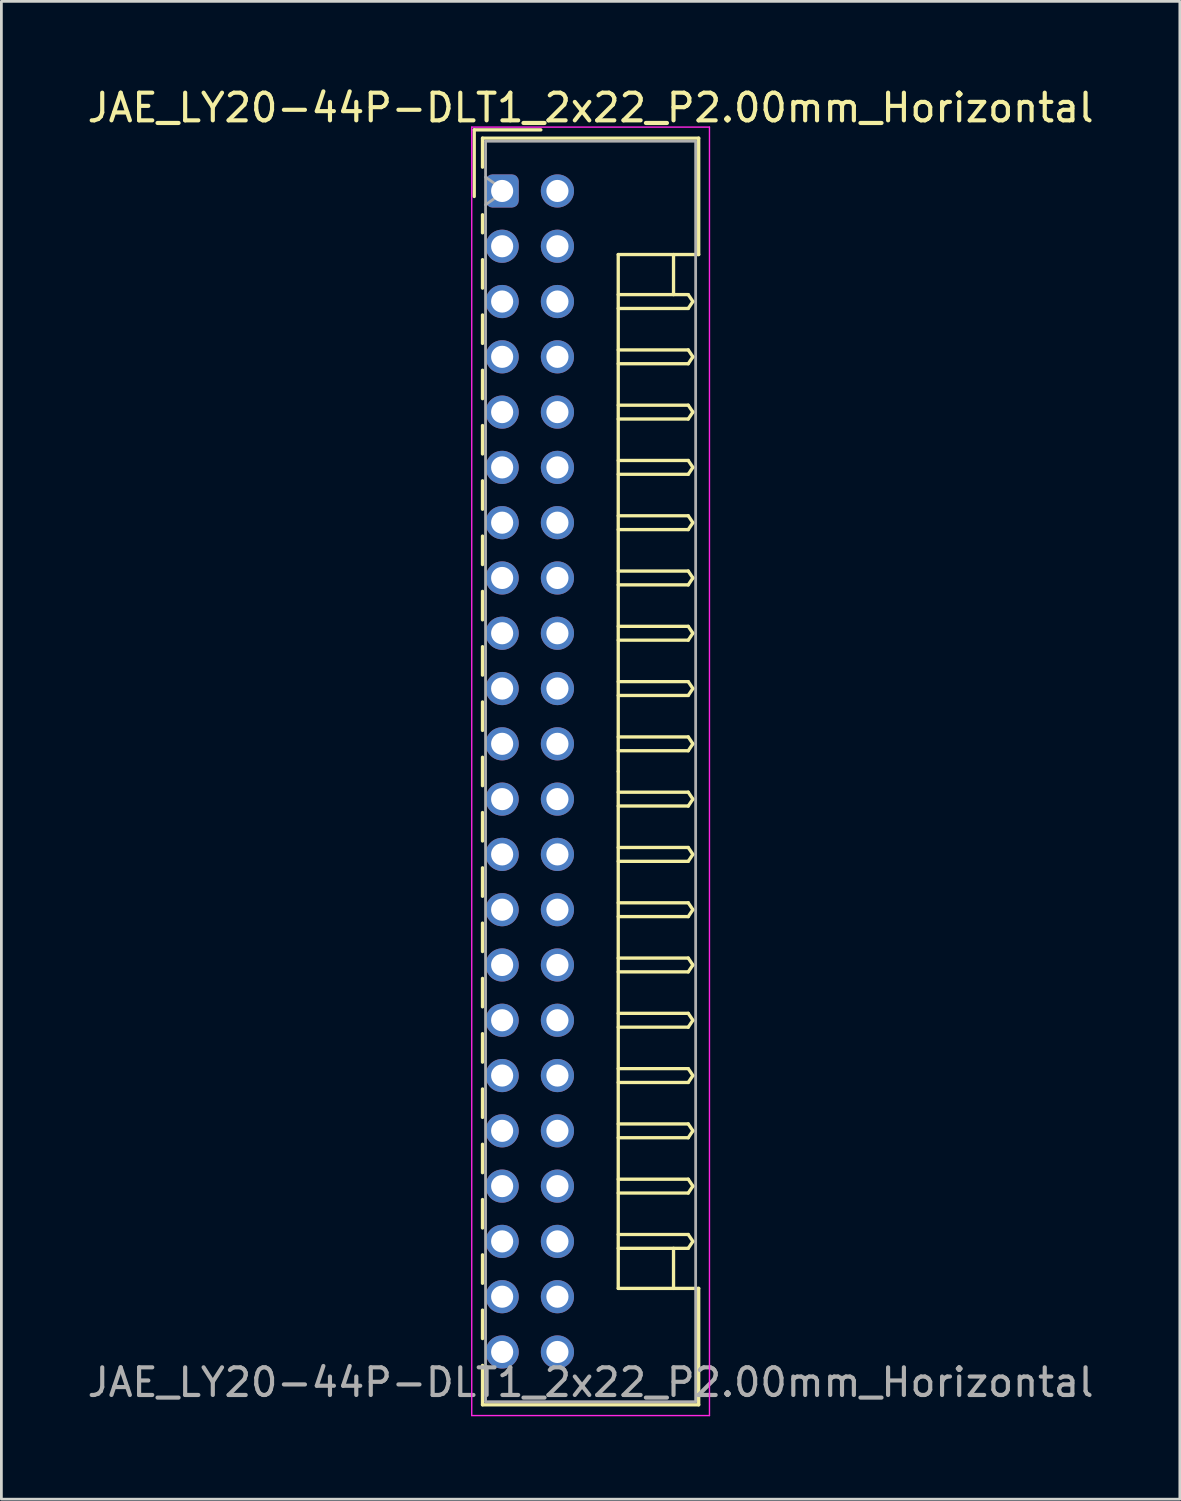
<source format=kicad_pcb>
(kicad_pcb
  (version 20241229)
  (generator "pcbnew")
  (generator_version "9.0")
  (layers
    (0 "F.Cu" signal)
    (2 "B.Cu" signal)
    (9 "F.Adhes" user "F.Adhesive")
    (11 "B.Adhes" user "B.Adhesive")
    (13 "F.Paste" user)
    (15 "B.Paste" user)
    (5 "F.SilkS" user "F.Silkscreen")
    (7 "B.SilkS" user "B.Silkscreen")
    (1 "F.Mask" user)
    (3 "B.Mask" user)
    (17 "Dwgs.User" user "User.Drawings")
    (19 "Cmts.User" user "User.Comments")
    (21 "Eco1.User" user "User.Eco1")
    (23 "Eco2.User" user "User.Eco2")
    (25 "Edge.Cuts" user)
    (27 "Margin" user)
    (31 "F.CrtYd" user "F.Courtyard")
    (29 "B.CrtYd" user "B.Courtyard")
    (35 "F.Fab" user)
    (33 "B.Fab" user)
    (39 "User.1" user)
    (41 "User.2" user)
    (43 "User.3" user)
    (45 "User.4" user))
  (footprint "JAE_LY20-44P-DLT1_2x22_P2.00mm_Horizontal"
    (layer "F.Cu")
    (at 15.115 3.858)
    (property "Reference" "JAE_LY20-44P-DLT1_2x22_P2.00mm_Horizontal" (at 3.2 -3.01 0) (layer "F.SilkS") (effects (font (size 1 1) (thickness 0.15))))
    (attr through_hole)
    (fp_line (start -1.01 -2.21) (end -1.01 0.2) (stroke (width 0.12) (type solid)) (layer "F.SilkS"))
    (fp_line (start -0.71 -1.91) (end -0.71 -0.86) (stroke (width 0.12) (type solid)) (layer "F.SilkS"))
    (fp_line (start -0.71 -1.91) (end 7.11 -1.91) (stroke (width 0.12) (type solid)) (layer "F.SilkS"))
    (fp_line (start -0.71 0.86) (end -0.71 1.515) (stroke (width 0.12) (type solid)) (layer "F.SilkS"))
    (fp_line (start -0.71 2.485) (end -0.71 3.515) (stroke (width 0.12) (type solid)) (layer "F.SilkS"))
    (fp_line (start -0.71 4.485) (end -0.71 5.515) (stroke (width 0.12) (type solid)) (layer "F.SilkS"))
    (fp_line (start -0.71 6.485) (end -0.71 7.515) (stroke (width 0.12) (type solid)) (layer "F.SilkS"))
    (fp_line (start -0.71 8.485) (end -0.71 9.515) (stroke (width 0.12) (type solid)) (layer "F.SilkS"))
    (fp_line (start -0.71 10.485) (end -0.71 11.515) (stroke (width 0.12) (type solid)) (layer "F.SilkS"))
    (fp_line (start -0.71 12.485) (end -0.71 13.515) (stroke (width 0.12) (type solid)) (layer "F.SilkS"))
    (fp_line (start -0.71 14.485) (end -0.71 15.515) (stroke (width 0.12) (type solid)) (layer "F.SilkS"))
    (fp_line (start -0.71 16.485) (end -0.71 17.515) (stroke (width 0.12) (type solid)) (layer "F.SilkS"))
    (fp_line (start -0.71 18.485) (end -0.71 19.515) (stroke (width 0.12) (type solid)) (layer "F.SilkS"))
    (fp_line (start -0.71 20.485) (end -0.71 21.515) (stroke (width 0.12) (type solid)) (layer "F.SilkS"))
    (fp_line (start -0.71 22.485) (end -0.71 23.515) (stroke (width 0.12) (type solid)) (layer "F.SilkS"))
    (fp_line (start -0.71 24.485) (end -0.71 25.515) (stroke (width 0.12) (type solid)) (layer "F.SilkS"))
    (fp_line (start -0.71 26.485) (end -0.71 27.515) (stroke (width 0.12) (type solid)) (layer "F.SilkS"))
    (fp_line (start -0.71 28.485) (end -0.71 29.515) (stroke (width 0.12) (type solid)) (layer "F.SilkS"))
    (fp_line (start -0.71 30.485) (end -0.71 31.515) (stroke (width 0.12) (type solid)) (layer "F.SilkS"))
    (fp_line (start -0.71 32.485) (end -0.71 33.515) (stroke (width 0.12) (type solid)) (layer "F.SilkS"))
    (fp_line (start -0.71 34.485) (end -0.71 35.515) (stroke (width 0.12) (type solid)) (layer "F.SilkS"))
    (fp_line (start -0.71 36.485) (end -0.71 37.515) (stroke (width 0.12) (type solid)) (layer "F.SilkS"))
    (fp_line (start -0.71 38.485) (end -0.71 39.515) (stroke (width 0.12) (type solid)) (layer "F.SilkS"))
    (fp_line (start -0.71 40.485) (end -0.71 41.515) (stroke (width 0.12) (type solid)) (layer "F.SilkS"))
    (fp_line (start -0.71 42.485) (end -0.71 43.91) (stroke (width 0.12) (type solid)) (layer "F.SilkS"))
    (fp_line (start -0.71 43.91) (end 7.11 43.91) (stroke (width 0.12) (type solid)) (layer "F.SilkS"))
    (fp_line (start 1.4 -2.21) (end -1.01 -2.21) (stroke (width 0.12) (type solid)) (layer "F.SilkS"))
    (fp_line (start 4.2 2.3) (end 4.2 21) (stroke (width 0.12) (type solid)) (layer "F.SilkS"))
    (fp_line (start 4.2 3.75) (end 6.733 3.75) (stroke (width 0.12) (type solid)) (layer "F.SilkS"))
    (fp_line (start 4.2 5.75) (end 6.733 5.75) (stroke (width 0.12) (type solid)) (layer "F.SilkS"))
    (fp_line (start 4.2 7.75) (end 6.733 7.75) (stroke (width 0.12) (type solid)) (layer "F.SilkS"))
    (fp_line (start 4.2 9.75) (end 6.733 9.75) (stroke (width 0.12) (type solid)) (layer "F.SilkS"))
    (fp_line (start 4.2 11.75) (end 6.733 11.75) (stroke (width 0.12) (type solid)) (layer "F.SilkS"))
    (fp_line (start 4.2 13.75) (end 6.733 13.75) (stroke (width 0.12) (type solid)) (layer "F.SilkS"))
    (fp_line (start 4.2 15.75) (end 6.733 15.75) (stroke (width 0.12) (type solid)) (layer "F.SilkS"))
    (fp_line (start 4.2 17.75) (end 6.733 17.75) (stroke (width 0.12) (type solid)) (layer "F.SilkS"))
    (fp_line (start 4.2 19.75) (end 6.733 19.75) (stroke (width 0.12) (type solid)) (layer "F.SilkS"))
    (fp_line (start 4.2 21.75) (end 6.733 21.75) (stroke (width 0.12) (type solid)) (layer "F.SilkS"))
    (fp_line (start 4.2 23.75) (end 6.733 23.75) (stroke (width 0.12) (type solid)) (layer "F.SilkS"))
    (fp_line (start 4.2 25.75) (end 6.733 25.75) (stroke (width 0.12) (type solid)) (layer "F.SilkS"))
    (fp_line (start 4.2 27.75) (end 6.733 27.75) (stroke (width 0.12) (type solid)) (layer "F.SilkS"))
    (fp_line (start 4.2 29.75) (end 6.733 29.75) (stroke (width 0.12) (type solid)) (layer "F.SilkS"))
    (fp_line (start 4.2 31.75) (end 6.733 31.75) (stroke (width 0.12) (type solid)) (layer "F.SilkS"))
    (fp_line (start 4.2 33.75) (end 6.733 33.75) (stroke (width 0.12) (type solid)) (layer "F.SilkS"))
    (fp_line (start 4.2 35.75) (end 6.733 35.75) (stroke (width 0.12) (type solid)) (layer "F.SilkS"))
    (fp_line (start 4.2 37.75) (end 6.733 37.75) (stroke (width 0.12) (type solid)) (layer "F.SilkS"))
    (fp_line (start 4.2 39.7) (end 4.2 21) (stroke (width 0.12) (type solid)) (layer "F.SilkS"))
    (fp_line (start 6.2 2.3) (end 6.2 3.75) (stroke (width 0.12) (type solid)) (layer "F.SilkS"))
    (fp_line (start 6.2 39.7) (end 6.2 38.25) (stroke (width 0.12) (type solid)) (layer "F.SilkS"))
    (fp_line (start 6.733 3.75) (end 6.9 4) (stroke (width 0.12) (type solid)) (layer "F.SilkS"))
    (fp_line (start 6.733 4.25) (end 4.2 4.25) (stroke (width 0.12) (type solid)) (layer "F.SilkS"))
    (fp_line (start 6.733 5.75) (end 6.9 6) (stroke (width 0.12) (type solid)) (layer "F.SilkS"))
    (fp_line (start 6.733 6.25) (end 4.2 6.25) (stroke (width 0.12) (type solid)) (layer "F.SilkS"))
    (fp_line (start 6.733 7.75) (end 6.9 8) (stroke (width 0.12) (type solid)) (layer "F.SilkS"))
    (fp_line (start 6.733 8.25) (end 4.2 8.25) (stroke (width 0.12) (type solid)) (layer "F.SilkS"))
    (fp_line (start 6.733 9.75) (end 6.9 10) (stroke (width 0.12) (type solid)) (layer "F.SilkS"))
    (fp_line (start 6.733 10.25) (end 4.2 10.25) (stroke (width 0.12) (type solid)) (layer "F.SilkS"))
    (fp_line (start 6.733 11.75) (end 6.9 12) (stroke (width 0.12) (type solid)) (layer "F.SilkS"))
    (fp_line (start 6.733 12.25) (end 4.2 12.25) (stroke (width 0.12) (type solid)) (layer "F.SilkS"))
    (fp_line (start 6.733 13.75) (end 6.9 14) (stroke (width 0.12) (type solid)) (layer "F.SilkS"))
    (fp_line (start 6.733 14.25) (end 4.2 14.25) (stroke (width 0.12) (type solid)) (layer "F.SilkS"))
    (fp_line (start 6.733 15.75) (end 6.9 16) (stroke (width 0.12) (type solid)) (layer "F.SilkS"))
    (fp_line (start 6.733 16.25) (end 4.2 16.25) (stroke (width 0.12) (type solid)) (layer "F.SilkS"))
    (fp_line (start 6.733 17.75) (end 6.9 18) (stroke (width 0.12) (type solid)) (layer "F.SilkS"))
    (fp_line (start 6.733 18.25) (end 4.2 18.25) (stroke (width 0.12) (type solid)) (layer "F.SilkS"))
    (fp_line (start 6.733 19.75) (end 6.9 20) (stroke (width 0.12) (type solid)) (layer "F.SilkS"))
    (fp_line (start 6.733 20.25) (end 4.2 20.25) (stroke (width 0.12) (type solid)) (layer "F.SilkS"))
    (fp_line (start 6.733 21.75) (end 6.9 22) (stroke (width 0.12) (type solid)) (layer "F.SilkS"))
    (fp_line (start 6.733 22.25) (end 4.2 22.25) (stroke (width 0.12) (type solid)) (layer "F.SilkS"))
    (fp_line (start 6.733 23.75) (end 6.9 24) (stroke (width 0.12) (type solid)) (layer "F.SilkS"))
    (fp_line (start 6.733 24.25) (end 4.2 24.25) (stroke (width 0.12) (type solid)) (layer "F.SilkS"))
    (fp_line (start 6.733 25.75) (end 6.9 26) (stroke (width 0.12) (type solid)) (layer "F.SilkS"))
    (fp_line (start 6.733 26.25) (end 4.2 26.25) (stroke (width 0.12) (type solid)) (layer "F.SilkS"))
    (fp_line (start 6.733 27.75) (end 6.9 28) (stroke (width 0.12) (type solid)) (layer "F.SilkS"))
    (fp_line (start 6.733 28.25) (end 4.2 28.25) (stroke (width 0.12) (type solid)) (layer "F.SilkS"))
    (fp_line (start 6.733 29.75) (end 6.9 30) (stroke (width 0.12) (type solid)) (layer "F.SilkS"))
    (fp_line (start 6.733 30.25) (end 4.2 30.25) (stroke (width 0.12) (type solid)) (layer "F.SilkS"))
    (fp_line (start 6.733 31.75) (end 6.9 32) (stroke (width 0.12) (type solid)) (layer "F.SilkS"))
    (fp_line (start 6.733 32.25) (end 4.2 32.25) (stroke (width 0.12) (type solid)) (layer "F.SilkS"))
    (fp_line (start 6.733 33.75) (end 6.9 34) (stroke (width 0.12) (type solid)) (layer "F.SilkS"))
    (fp_line (start 6.733 34.25) (end 4.2 34.25) (stroke (width 0.12) (type solid)) (layer "F.SilkS"))
    (fp_line (start 6.733 35.75) (end 6.9 36) (stroke (width 0.12) (type solid)) (layer "F.SilkS"))
    (fp_line (start 6.733 36.25) (end 4.2 36.25) (stroke (width 0.12) (type solid)) (layer "F.SilkS"))
    (fp_line (start 6.733 37.75) (end 6.9 38) (stroke (width 0.12) (type solid)) (layer "F.SilkS"))
    (fp_line (start 6.733 38.25) (end 4.2 38.25) (stroke (width 0.12) (type solid)) (layer "F.SilkS"))
    (fp_line (start 6.9 4) (end 6.733 4.25) (stroke (width 0.12) (type solid)) (layer "F.SilkS"))
    (fp_line (start 6.9 6) (end 6.733 6.25) (stroke (width 0.12) (type solid)) (layer "F.SilkS"))
    (fp_line (start 6.9 8) (end 6.733 8.25) (stroke (width 0.12) (type solid)) (layer "F.SilkS"))
    (fp_line (start 6.9 10) (end 6.733 10.25) (stroke (width 0.12) (type solid)) (layer "F.SilkS"))
    (fp_line (start 6.9 12) (end 6.733 12.25) (stroke (width 0.12) (type solid)) (layer "F.SilkS"))
    (fp_line (start 6.9 14) (end 6.733 14.25) (stroke (width 0.12) (type solid)) (layer "F.SilkS"))
    (fp_line (start 6.9 16) (end 6.733 16.25) (stroke (width 0.12) (type solid)) (layer "F.SilkS"))
    (fp_line (start 6.9 18) (end 6.733 18.25) (stroke (width 0.12) (type solid)) (layer "F.SilkS"))
    (fp_line (start 6.9 20) (end 6.733 20.25) (stroke (width 0.12) (type solid)) (layer "F.SilkS"))
    (fp_line (start 6.9 22) (end 6.733 22.25) (stroke (width 0.12) (type solid)) (layer "F.SilkS"))
    (fp_line (start 6.9 24) (end 6.733 24.25) (stroke (width 0.12) (type solid)) (layer "F.SilkS"))
    (fp_line (start 6.9 26) (end 6.733 26.25) (stroke (width 0.12) (type solid)) (layer "F.SilkS"))
    (fp_line (start 6.9 28) (end 6.733 28.25) (stroke (width 0.12) (type solid)) (layer "F.SilkS"))
    (fp_line (start 6.9 30) (end 6.733 30.25) (stroke (width 0.12) (type solid)) (layer "F.SilkS"))
    (fp_line (start 6.9 32) (end 6.733 32.25) (stroke (width 0.12) (type solid)) (layer "F.SilkS"))
    (fp_line (start 6.9 34) (end 6.733 34.25) (stroke (width 0.12) (type solid)) (layer "F.SilkS"))
    (fp_line (start 6.9 36) (end 6.733 36.25) (stroke (width 0.12) (type solid)) (layer "F.SilkS"))
    (fp_line (start 6.9 38) (end 6.733 38.25) (stroke (width 0.12) (type solid)) (layer "F.SilkS"))
    (fp_line (start 7.11 -1.91) (end 7.11 2.3) (stroke (width 0.12) (type solid)) (layer "F.SilkS"))
    (fp_line (start 7.11 2.3) (end 4.2 2.3) (stroke (width 0.12) (type solid)) (layer "F.SilkS"))
    (fp_line (start 7.11 39.7) (end 4.2 39.7) (stroke (width 0.12) (type solid)) (layer "F.SilkS"))
    (fp_line (start 7.11 43.91) (end 7.11 39.7) (stroke (width 0.12) (type solid)) (layer "F.SilkS"))
    (fp_line (start -1.1 -2.31) (end -1.1 44.3) (stroke (width 0.05) (type solid)) (layer "F.CrtYd"))
    (fp_line (start -1.1 44.3) (end 7.5 44.3) (stroke (width 0.05) (type solid)) (layer "F.CrtYd"))
    (fp_line (start 7.5 -2.31) (end -1.1 -2.31) (stroke (width 0.05) (type solid)) (layer "F.CrtYd"))
    (fp_line (start 7.5 44.3) (end 7.5 -2.31) (stroke (width 0.05) (type solid)) (layer "F.CrtYd"))
    (fp_line (start -0.6 -1.8) (end -0.6 43.8) (stroke (width 0.1) (type solid)) (layer "F.Fab"))
    (fp_line (start -0.6 0.5) (end 0.107 0) (stroke (width 0.1) (type solid)) (layer "F.Fab"))
    (fp_line (start -0.6 43.8) (end 7 43.8) (stroke (width 0.1) (type solid)) (layer "F.Fab"))
    (fp_line (start 0.107 0) (end -0.6 -0.5) (stroke (width 0.1) (type solid)) (layer "F.Fab"))
    (fp_line (start 7 -1.8) (end -0.6 -1.8) (stroke (width 0.1) (type solid)) (layer "F.Fab"))
    (fp_line (start 7 43.8) (end 7 -1.8) (stroke (width 0.1) (type solid)) (layer "F.Fab"))
    (fp_text user "${REFERENCE}" (at 3.2 43.1 0) (layer "F.Fab") (effects (font (size 1 1) (thickness 0.15))))
    (pad "a1" thru_hole roundrect (at 0 0) (size 1.2 1.2) (drill 0.8) (layers "*.Cu" "*.Mask") (roundrect_rratio 0.208))
    (pad "a2" thru_hole circle (at 0 2) (size 1.2 1.2) (drill 0.8) (layers "*.Cu" "*.Mask"))
    (pad "a3" thru_hole circle (at 0 4) (size 1.2 1.2) (drill 0.8) (layers "*.Cu" "*.Mask"))
    (pad "a4" thru_hole circle (at 0 6) (size 1.2 1.2) (drill 0.8) (layers "*.Cu" "*.Mask"))
    (pad "a5" thru_hole circle (at 0 8) (size 1.2 1.2) (drill 0.8) (layers "*.Cu" "*.Mask"))
    (pad "a6" thru_hole circle (at 0 10) (size 1.2 1.2) (drill 0.8) (layers "*.Cu" "*.Mask"))
    (pad "a7" thru_hole circle (at 0 12) (size 1.2 1.2) (drill 0.8) (layers "*.Cu" "*.Mask"))
    (pad "a8" thru_hole circle (at 0 14) (size 1.2 1.2) (drill 0.8) (layers "*.Cu" "*.Mask"))
    (pad "a9" thru_hole circle (at 0 16) (size 1.2 1.2) (drill 0.8) (layers "*.Cu" "*.Mask"))
    (pad "a10" thru_hole circle (at 0 18) (size 1.2 1.2) (drill 0.8) (layers "*.Cu" "*.Mask"))
    (pad "a11" thru_hole circle (at 0 20) (size 1.2 1.2) (drill 0.8) (layers "*.Cu" "*.Mask"))
    (pad "a12" thru_hole circle (at 0 22) (size 1.2 1.2) (drill 0.8) (layers "*.Cu" "*.Mask"))
    (pad "a13" thru_hole circle (at 0 24) (size 1.2 1.2) (drill 0.8) (layers "*.Cu" "*.Mask"))
    (pad "a14" thru_hole circle (at 0 26) (size 1.2 1.2) (drill 0.8) (layers "*.Cu" "*.Mask"))
    (pad "a15" thru_hole circle (at 0 28) (size 1.2 1.2) (drill 0.8) (layers "*.Cu" "*.Mask"))
    (pad "a16" thru_hole circle (at 0 30) (size 1.2 1.2) (drill 0.8) (layers "*.Cu" "*.Mask"))
    (pad "a17" thru_hole circle (at 0 32) (size 1.2 1.2) (drill 0.8) (layers "*.Cu" "*.Mask"))
    (pad "a18" thru_hole circle (at 0 34) (size 1.2 1.2) (drill 0.8) (layers "*.Cu" "*.Mask"))
    (pad "a19" thru_hole circle (at 0 36) (size 1.2 1.2) (drill 0.8) (layers "*.Cu" "*.Mask"))
    (pad "a20" thru_hole circle (at 0 38) (size 1.2 1.2) (drill 0.8) (layers "*.Cu" "*.Mask"))
    (pad "a21" thru_hole circle (at 0 40) (size 1.2 1.2) (drill 0.8) (layers "*.Cu" "*.Mask"))
    (pad "a22" thru_hole circle (at 0 42) (size 1.2 1.2) (drill 0.8) (layers "*.Cu" "*.Mask"))
    (pad "b1" thru_hole circle (at 2 0) (size 1.2 1.2) (drill 0.8) (layers "*.Cu" "*.Mask"))
    (pad "b2" thru_hole circle (at 2 2) (size 1.2 1.2) (drill 0.8) (layers "*.Cu" "*.Mask"))
    (pad "b3" thru_hole circle (at 2 4) (size 1.2 1.2) (drill 0.8) (layers "*.Cu" "*.Mask"))
    (pad "b4" thru_hole circle (at 2 6) (size 1.2 1.2) (drill 0.8) (layers "*.Cu" "*.Mask"))
    (pad "b5" thru_hole circle (at 2 8) (size 1.2 1.2) (drill 0.8) (layers "*.Cu" "*.Mask"))
    (pad "b6" thru_hole circle (at 2 10) (size 1.2 1.2) (drill 0.8) (layers "*.Cu" "*.Mask"))
    (pad "b7" thru_hole circle (at 2 12) (size 1.2 1.2) (drill 0.8) (layers "*.Cu" "*.Mask"))
    (pad "b8" thru_hole circle (at 2 14) (size 1.2 1.2) (drill 0.8) (layers "*.Cu" "*.Mask"))
    (pad "b9" thru_hole circle (at 2 16) (size 1.2 1.2) (drill 0.8) (layers "*.Cu" "*.Mask"))
    (pad "b10" thru_hole circle (at 2 18) (size 1.2 1.2) (drill 0.8) (layers "*.Cu" "*.Mask"))
    (pad "b11" thru_hole circle (at 2 20) (size 1.2 1.2) (drill 0.8) (layers "*.Cu" "*.Mask"))
    (pad "b12" thru_hole circle (at 2 22) (size 1.2 1.2) (drill 0.8) (layers "*.Cu" "*.Mask"))
    (pad "b13" thru_hole circle (at 2 24) (size 1.2 1.2) (drill 0.8) (layers "*.Cu" "*.Mask"))
    (pad "b14" thru_hole circle (at 2 26) (size 1.2 1.2) (drill 0.8) (layers "*.Cu" "*.Mask"))
    (pad "b15" thru_hole circle (at 2 28) (size 1.2 1.2) (drill 0.8) (layers "*.Cu" "*.Mask"))
    (pad "b16" thru_hole circle (at 2 30) (size 1.2 1.2) (drill 0.8) (layers "*.Cu" "*.Mask"))
    (pad "b17" thru_hole circle (at 2 32) (size 1.2 1.2) (drill 0.8) (layers "*.Cu" "*.Mask"))
    (pad "b18" thru_hole circle (at 2 34) (size 1.2 1.2) (drill 0.8) (layers "*.Cu" "*.Mask"))
    (pad "b19" thru_hole circle (at 2 36) (size 1.2 1.2) (drill 0.8) (layers "*.Cu" "*.Mask"))
    (pad "b20" thru_hole circle (at 2 38) (size 1.2 1.2) (drill 0.8) (layers "*.Cu" "*.Mask"))
    (pad "b21" thru_hole circle (at 2 40) (size 1.2 1.2) (drill 0.8) (layers "*.Cu" "*.Mask"))
    (pad "b22" thru_hole circle (at 2 42) (size 1.2 1.2) (drill 0.8) (layers "*.Cu" "*.Mask")))
  (gr_rect
    (start -3 -3)
    (end 39.631 51.183)
    (stroke (width 0.1) (type default))
    (fill no)
    (layer "Edge.Cuts")))
</source>
